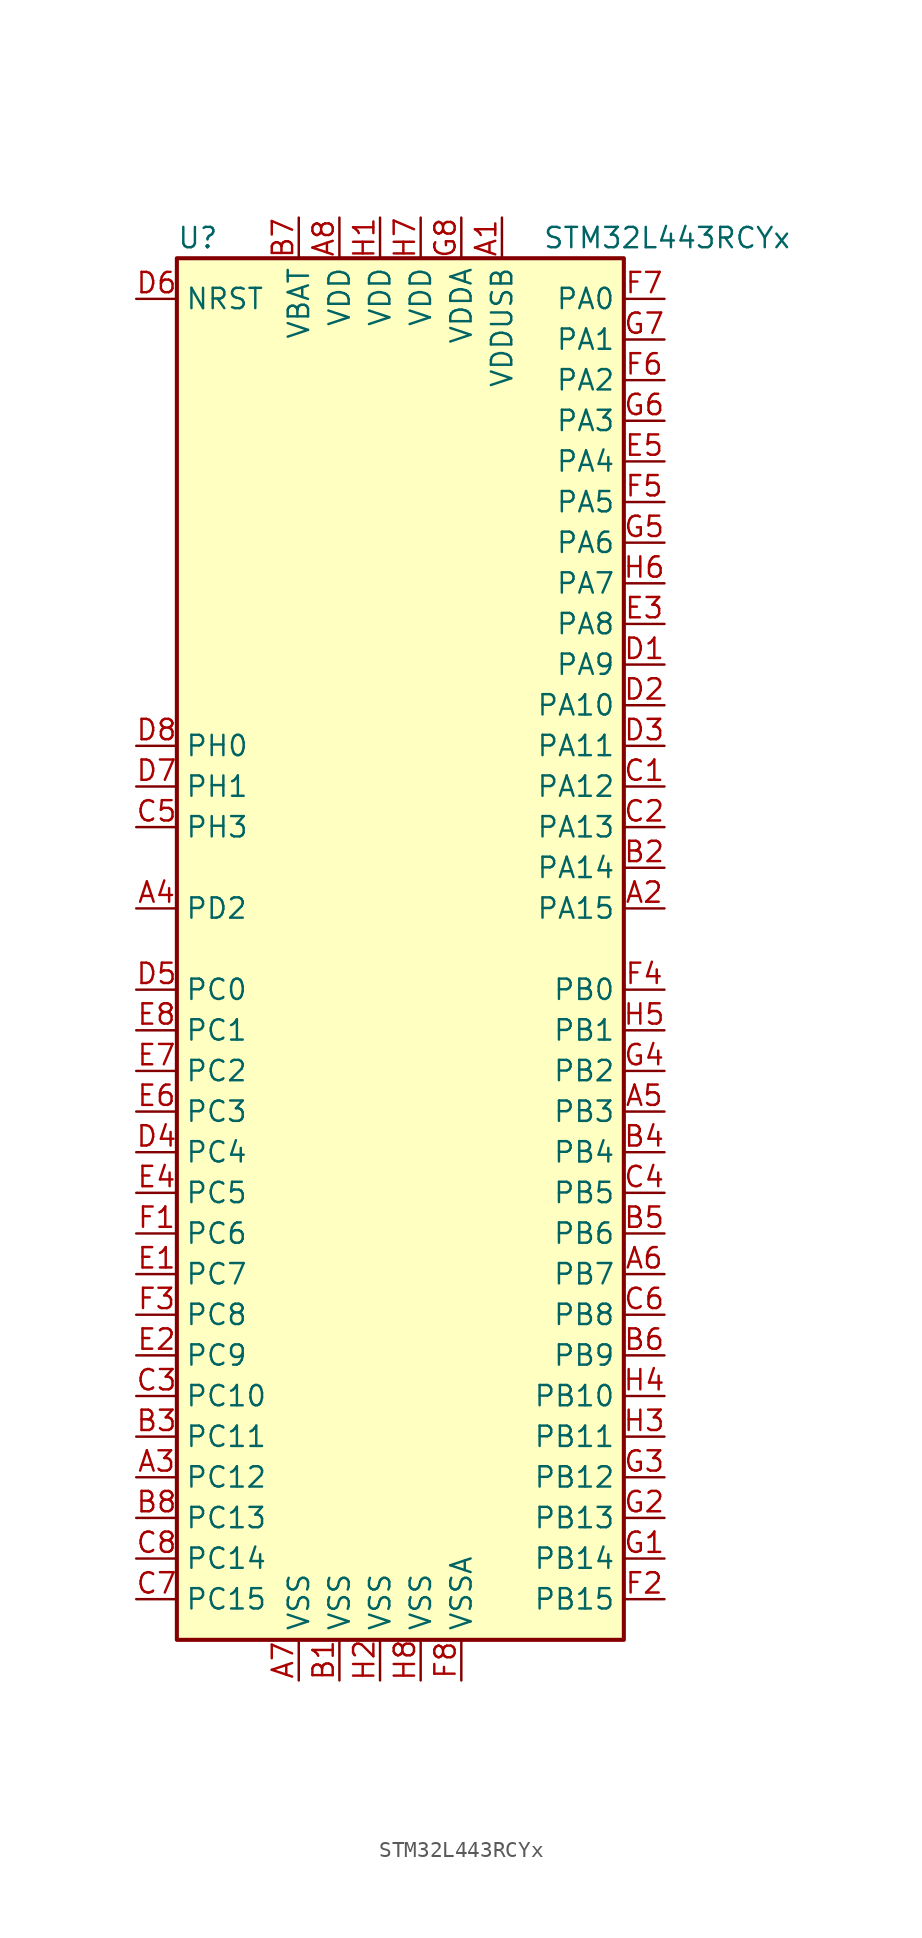
<source format=kicad_sym>
(kicad_symbol_lib
  (version 20211014)
  (generator kicad_symbol_editor)
  (symbol "STM32L443RCYx"
    (property "Reference" "U"
      (at -15.24 44.45 0)
      (effects (font (size 1.27 1.27)) (justify left)))
    (property "Value" "STM32L443RCYx"
      (at 7.62 44.45 0)
      (effects (font (size 1.27 1.27)) (justify left)))
    (symbol "STM32L443RCYx_0_1"
      (rectangle (start -15.24 -43.18) (end 12.7 43.18) (stroke (width 0.254) (type default) (color 0 0 0 0)) (fill (type background))))
    (symbol "STM32L443RCYx_1_1"
      (pin power_in line (at 5.08 45.72 270) (length 2.54) (name "VDDUSB" (effects (font (size 1.27 1.27)))) (number "A1" (effects (font (size 1.27 1.27)))))
      (pin bidirectional line (at 15.24 2.54 180) (length 2.54) (name "PA15" (effects (font (size 1.27 1.27)))) (number "A2" (effects (font (size 1.27 1.27)))))
      (pin bidirectional line (at -17.78 -33.02 0) (length 2.54) (name "PC12" (effects (font (size 1.27 1.27)))) (number "A3" (effects (font (size 1.27 1.27)))))
      (pin bidirectional line (at -17.78 2.54 0) (length 2.54) (name "PD2" (effects (font (size 1.27 1.27)))) (number "A4" (effects (font (size 1.27 1.27)))))
      (pin bidirectional line (at 15.24 -10.16 180) (length 2.54) (name "PB3" (effects (font (size 1.27 1.27)))) (number "A5" (effects (font (size 1.27 1.27)))))
      (pin bidirectional line (at 15.24 -20.32 180) (length 2.54) (name "PB7" (effects (font (size 1.27 1.27)))) (number "A6" (effects (font (size 1.27 1.27)))))
      (pin power_in line (at -7.62 -45.72 90) (length 2.54) (name "VSS" (effects (font (size 1.27 1.27)))) (number "A7" (effects (font (size 1.27 1.27)))))
      (pin power_in line (at -5.08 45.72 270) (length 2.54) (name "VDD" (effects (font (size 1.27 1.27)))) (number "A8" (effects (font (size 1.27 1.27)))))
      (pin power_in line (at -5.08 -45.72 90) (length 2.54) (name "VSS" (effects (font (size 1.27 1.27)))) (number "B1" (effects (font (size 1.27 1.27)))))
      (pin bidirectional line (at 15.24 5.08 180) (length 2.54) (name "PA14" (effects (font (size 1.27 1.27)))) (number "B2" (effects (font (size 1.27 1.27)))))
      (pin bidirectional line (at -17.78 -30.48 0) (length 2.54) (name "PC11" (effects (font (size 1.27 1.27)))) (number "B3" (effects (font (size 1.27 1.27)))))
      (pin bidirectional line (at 15.24 -12.7 180) (length 2.54) (name "PB4" (effects (font (size 1.27 1.27)))) (number "B4" (effects (font (size 1.27 1.27)))))
      (pin bidirectional line (at 15.24 -17.78 180) (length 2.54) (name "PB6" (effects (font (size 1.27 1.27)))) (number "B5" (effects (font (size 1.27 1.27)))))
      (pin bidirectional line (at 15.24 -25.4 180) (length 2.54) (name "PB9" (effects (font (size 1.27 1.27)))) (number "B6" (effects (font (size 1.27 1.27)))))
      (pin power_in line (at -7.62 45.72 270) (length 2.54) (name "VBAT" (effects (font (size 1.27 1.27)))) (number "B7" (effects (font (size 1.27 1.27)))))
      (pin bidirectional line (at -17.78 -35.56 0) (length 2.54) (name "PC13" (effects (font (size 1.27 1.27)))) (number "B8" (effects (font (size 1.27 1.27)))))
      (pin bidirectional line (at 15.24 10.16 180) (length 2.54) (name "PA12" (effects (font (size 1.27 1.27)))) (number "C1" (effects (font (size 1.27 1.27)))))
      (pin bidirectional line (at 15.24 7.62 180) (length 2.54) (name "PA13" (effects (font (size 1.27 1.27)))) (number "C2" (effects (font (size 1.27 1.27)))))
      (pin bidirectional line (at -17.78 -27.94 0) (length 2.54) (name "PC10" (effects (font (size 1.27 1.27)))) (number "C3" (effects (font (size 1.27 1.27)))))
      (pin bidirectional line (at 15.24 -15.24 180) (length 2.54) (name "PB5" (effects (font (size 1.27 1.27)))) (number "C4" (effects (font (size 1.27 1.27)))))
      (pin bidirectional line (at -17.78 7.62 0) (length 2.54) (name "PH3" (effects (font (size 1.27 1.27)))) (number "C5" (effects (font (size 1.27 1.27)))))
      (pin bidirectional line (at 15.24 -22.86 180) (length 2.54) (name "PB8" (effects (font (size 1.27 1.27)))) (number "C6" (effects (font (size 1.27 1.27)))))
      (pin bidirectional line (at -17.78 -40.64 0) (length 2.54) (name "PC15" (effects (font (size 1.27 1.27)))) (number "C7" (effects (font (size 1.27 1.27)))))
      (pin bidirectional line (at -17.78 -38.1 0) (length 2.54) (name "PC14" (effects (font (size 1.27 1.27)))) (number "C8" (effects (font (size 1.27 1.27)))))
      (pin bidirectional line (at 15.24 17.78 180) (length 2.54) (name "PA9" (effects (font (size 1.27 1.27)))) (number "D1" (effects (font (size 1.27 1.27)))))
      (pin bidirectional line (at 15.24 15.24 180) (length 2.54) (name "PA10" (effects (font (size 1.27 1.27)))) (number "D2" (effects (font (size 1.27 1.27)))))
      (pin bidirectional line (at 15.24 12.7 180) (length 2.54) (name "PA11" (effects (font (size 1.27 1.27)))) (number "D3" (effects (font (size 1.27 1.27)))))
      (pin bidirectional line (at -17.78 -12.7 0) (length 2.54) (name "PC4" (effects (font (size 1.27 1.27)))) (number "D4" (effects (font (size 1.27 1.27)))))
      (pin bidirectional line (at -17.78 -2.54 0) (length 2.54) (name "PC0" (effects (font (size 1.27 1.27)))) (number "D5" (effects (font (size 1.27 1.27)))))
      (pin input line (at -17.78 40.64 0) (length 2.54) (name "NRST" (effects (font (size 1.27 1.27)))) (number "D6" (effects (font (size 1.27 1.27)))))
      (pin input line (at -17.78 10.16 0) (length 2.54) (name "PH1" (effects (font (size 1.27 1.27)))) (number "D7" (effects (font (size 1.27 1.27)))))
      (pin input line (at -17.78 12.7 0) (length 2.54) (name "PH0" (effects (font (size 1.27 1.27)))) (number "D8" (effects (font (size 1.27 1.27)))))
      (pin bidirectional line (at -17.78 -20.32 0) (length 2.54) (name "PC7" (effects (font (size 1.27 1.27)))) (number "E1" (effects (font (size 1.27 1.27)))))
      (pin bidirectional line (at -17.78 -25.4 0) (length 2.54) (name "PC9" (effects (font (size 1.27 1.27)))) (number "E2" (effects (font (size 1.27 1.27)))))
      (pin bidirectional line (at 15.24 20.32 180) (length 2.54) (name "PA8" (effects (font (size 1.27 1.27)))) (number "E3" (effects (font (size 1.27 1.27)))))
      (pin bidirectional line (at -17.78 -15.24 0) (length 2.54) (name "PC5" (effects (font (size 1.27 1.27)))) (number "E4" (effects (font (size 1.27 1.27)))))
      (pin bidirectional line (at 15.24 30.48 180) (length 2.54) (name "PA4" (effects (font (size 1.27 1.27)))) (number "E5" (effects (font (size 1.27 1.27)))))
      (pin bidirectional line (at -17.78 -10.16 0) (length 2.54) (name "PC3" (effects (font (size 1.27 1.27)))) (number "E6" (effects (font (size 1.27 1.27)))))
      (pin bidirectional line (at -17.78 -7.62 0) (length 2.54) (name "PC2" (effects (font (size 1.27 1.27)))) (number "E7" (effects (font (size 1.27 1.27)))))
      (pin bidirectional line (at -17.78 -5.08 0) (length 2.54) (name "PC1" (effects (font (size 1.27 1.27)))) (number "E8" (effects (font (size 1.27 1.27)))))
      (pin bidirectional line (at -17.78 -17.78 0) (length 2.54) (name "PC6" (effects (font (size 1.27 1.27)))) (number "F1" (effects (font (size 1.27 1.27)))))
      (pin bidirectional line (at 15.24 -40.64 180) (length 2.54) (name "PB15" (effects (font (size 1.27 1.27)))) (number "F2" (effects (font (size 1.27 1.27)))))
      (pin bidirectional line (at -17.78 -22.86 0) (length 2.54) (name "PC8" (effects (font (size 1.27 1.27)))) (number "F3" (effects (font (size 1.27 1.27)))))
      (pin bidirectional line (at 15.24 -2.54 180) (length 2.54) (name "PB0" (effects (font (size 1.27 1.27)))) (number "F4" (effects (font (size 1.27 1.27)))))
      (pin bidirectional line (at 15.24 27.94 180) (length 2.54) (name "PA5" (effects (font (size 1.27 1.27)))) (number "F5" (effects (font (size 1.27 1.27)))))
      (pin bidirectional line (at 15.24 35.56 180) (length 2.54) (name "PA2" (effects (font (size 1.27 1.27)))) (number "F6" (effects (font (size 1.27 1.27)))))
      (pin bidirectional line (at 15.24 40.64 180) (length 2.54) (name "PA0" (effects (font (size 1.27 1.27)))) (number "F7" (effects (font (size 1.27 1.27)))))
      (pin power_in line (at 2.54 -45.72 90) (length 2.54) (name "VSSA" (effects (font (size 1.27 1.27)))) (number "F8" (effects (font (size 1.27 1.27)))))
      (pin bidirectional line (at 15.24 -38.1 180) (length 2.54) (name "PB14" (effects (font (size 1.27 1.27)))) (number "G1" (effects (font (size 1.27 1.27)))))
      (pin bidirectional line (at 15.24 -35.56 180) (length 2.54) (name "PB13" (effects (font (size 1.27 1.27)))) (number "G2" (effects (font (size 1.27 1.27)))))
      (pin bidirectional line (at 15.24 -33.02 180) (length 2.54) (name "PB12" (effects (font (size 1.27 1.27)))) (number "G3" (effects (font (size 1.27 1.27)))))
      (pin bidirectional line (at 15.24 -7.62 180) (length 2.54) (name "PB2" (effects (font (size 1.27 1.27)))) (number "G4" (effects (font (size 1.27 1.27)))))
      (pin bidirectional line (at 15.24 25.4 180) (length 2.54) (name "PA6" (effects (font (size 1.27 1.27)))) (number "G5" (effects (font (size 1.27 1.27)))))
      (pin bidirectional line (at 15.24 33.02 180) (length 2.54) (name "PA3" (effects (font (size 1.27 1.27)))) (number "G6" (effects (font (size 1.27 1.27)))))
      (pin bidirectional line (at 15.24 38.1 180) (length 2.54) (name "PA1" (effects (font (size 1.27 1.27)))) (number "G7" (effects (font (size 1.27 1.27)))))
      (pin power_in line (at 2.54 45.72 270) (length 2.54) (name "VDDA" (effects (font (size 1.27 1.27)))) (number "G8" (effects (font (size 1.27 1.27)))))
      (pin power_in line (at -2.54 45.72 270) (length 2.54) (name "VDD" (effects (font (size 1.27 1.27)))) (number "H1" (effects (font (size 1.27 1.27)))))
      (pin power_in line (at -2.54 -45.72 90) (length 2.54) (name "VSS" (effects (font (size 1.27 1.27)))) (number "H2" (effects (font (size 1.27 1.27)))))
      (pin bidirectional line (at 15.24 -30.48 180) (length 2.54) (name "PB11" (effects (font (size 1.27 1.27)))) (number "H3" (effects (font (size 1.27 1.27)))))
      (pin bidirectional line (at 15.24 -27.94 180) (length 2.54) (name "PB10" (effects (font (size 1.27 1.27)))) (number "H4" (effects (font (size 1.27 1.27)))))
      (pin bidirectional line (at 15.24 -5.08 180) (length 2.54) (name "PB1" (effects (font (size 1.27 1.27)))) (number "H5" (effects (font (size 1.27 1.27)))))
      (pin bidirectional line (at 15.24 22.86 180) (length 2.54) (name "PA7" (effects (font (size 1.27 1.27)))) (number "H6" (effects (font (size 1.27 1.27)))))
      (pin power_in line (at 0 45.72 270) (length 2.54) (name "VDD" (effects (font (size 1.27 1.27)))) (number "H7" (effects (font (size 1.27 1.27)))))
      (pin power_in line (at 0 -45.72 90) (length 2.54) (name "VSS" (effects (font (size 1.27 1.27)))) (number "H8" (effects (font (size 1.27 1.27))))))))
</source>
